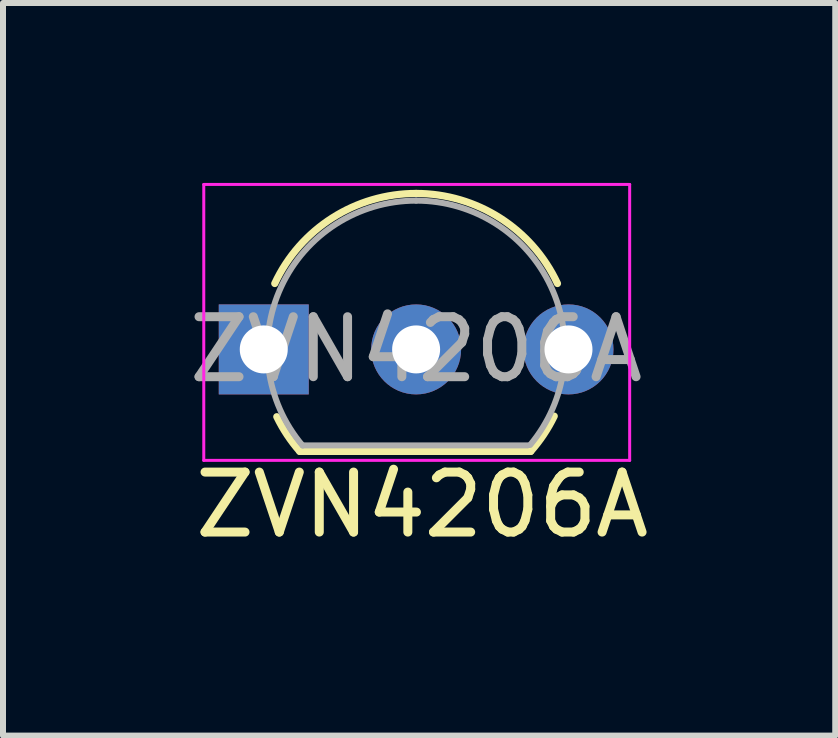
<source format=kicad_pcb>
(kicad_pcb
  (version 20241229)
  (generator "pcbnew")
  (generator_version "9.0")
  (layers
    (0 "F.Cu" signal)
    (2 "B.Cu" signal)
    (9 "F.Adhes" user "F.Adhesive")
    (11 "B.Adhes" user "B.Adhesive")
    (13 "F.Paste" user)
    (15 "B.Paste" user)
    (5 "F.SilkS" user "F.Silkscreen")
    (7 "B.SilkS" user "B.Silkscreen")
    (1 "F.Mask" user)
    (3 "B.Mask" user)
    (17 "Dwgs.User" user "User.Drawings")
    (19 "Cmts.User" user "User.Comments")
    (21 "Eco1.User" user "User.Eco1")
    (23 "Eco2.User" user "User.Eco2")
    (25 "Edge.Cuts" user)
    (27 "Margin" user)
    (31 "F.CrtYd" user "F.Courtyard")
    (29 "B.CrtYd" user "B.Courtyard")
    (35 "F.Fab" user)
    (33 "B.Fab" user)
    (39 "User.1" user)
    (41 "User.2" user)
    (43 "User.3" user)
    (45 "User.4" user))
  (footprint "ZVN4206A"
    (layer "F.Cu")
    (at 1.347 2.775)
    (property "Reference" "ZVN4206A" (at 2.64 2.59 0) (layer "F.SilkS") (effects (font (size 1 1) (thickness 0.15))))
    (attr through_hole)
    (fp_line (start 0.6 1.7) (end 4.45 1.7) (stroke (width 0.12) (type solid)) (layer "F.SilkS"))
    (fp_arc (start 0.1836 -1.098807) (mid 1.143021 -2.192817) (end 2.54 -2.6) (stroke (width 0.12) (type solid)) (layer "F.SilkS"))
    (fp_arc (start 0.6 1.7) (mid 0.389183 1.423933) (end 0.217369 1.122045) (stroke (width 0.12) (type solid)) (layer "F.SilkS"))
    (fp_arc (start 2.54 -2.6) (mid 3.936979 -2.192818) (end 4.8964 -1.098807) (stroke (width 0.12) (type solid)) (layer "F.SilkS"))
    (fp_arc (start 4.842383 1.112264) (mid 4.666594 1.419753) (end 4.45 1.7) (stroke (width 0.12) (type solid)) (layer "F.SilkS"))
    (fp_line (start -1 -2.75) (end -1 1.85) (stroke (width 0.05) (type solid)) (layer "F.CrtYd"))
    (fp_line (start -1 -2.75) (end 6.1 -2.75) (stroke (width 0.05) (type solid)) (layer "F.CrtYd"))
    (fp_line (start 6.1 1.85) (end -1 1.85) (stroke (width 0.05) (type solid)) (layer "F.CrtYd"))
    (fp_line (start 6.1 1.85) (end 6.1 -2.75) (stroke (width 0.05) (type solid)) (layer "F.CrtYd"))
    (fp_line (start 0.65 1.6) (end 4.4 1.6) (stroke (width 0.1) (type solid)) (layer "F.Fab"))
    (fp_arc (start 0.647182 1.602385) (mid 0.290076 -1.043188) (end 2.54 -2.48) (stroke (width 0.1) (type solid)) (layer "F.Fab"))
    (fp_arc (start 2.54 -2.48) (mid 4.787211 -1.049019) (end 4.441103 1.592547) (stroke (width 0.1) (type solid)) (layer "F.Fab"))
    (fp_text user "${REFERENCE}" (at 2.54 0 0) (layer "F.Fab") (effects (font (size 1 1) (thickness 0.15))))
    (pad "1" thru_hole circle (at 5.08 0) (size 1.5 1.5) (drill 0.8) (layers "*.Cu" "*.Mask"))
    (pad "2" thru_hole circle (at 2.54 0) (size 1.5 1.5) (drill 0.8) (layers "*.Cu" "*.Mask"))
    (pad "3" thru_hole rect (at 0 0) (size 1.5 1.5) (drill 0.8) (layers "*.Cu" "*.Mask")))
  (gr_rect
    (start -3 -3)
    (end 10.874 9.213)
    (stroke (width 0.1) (type default))
    (fill no)
    (layer "Edge.Cuts")))
</source>
